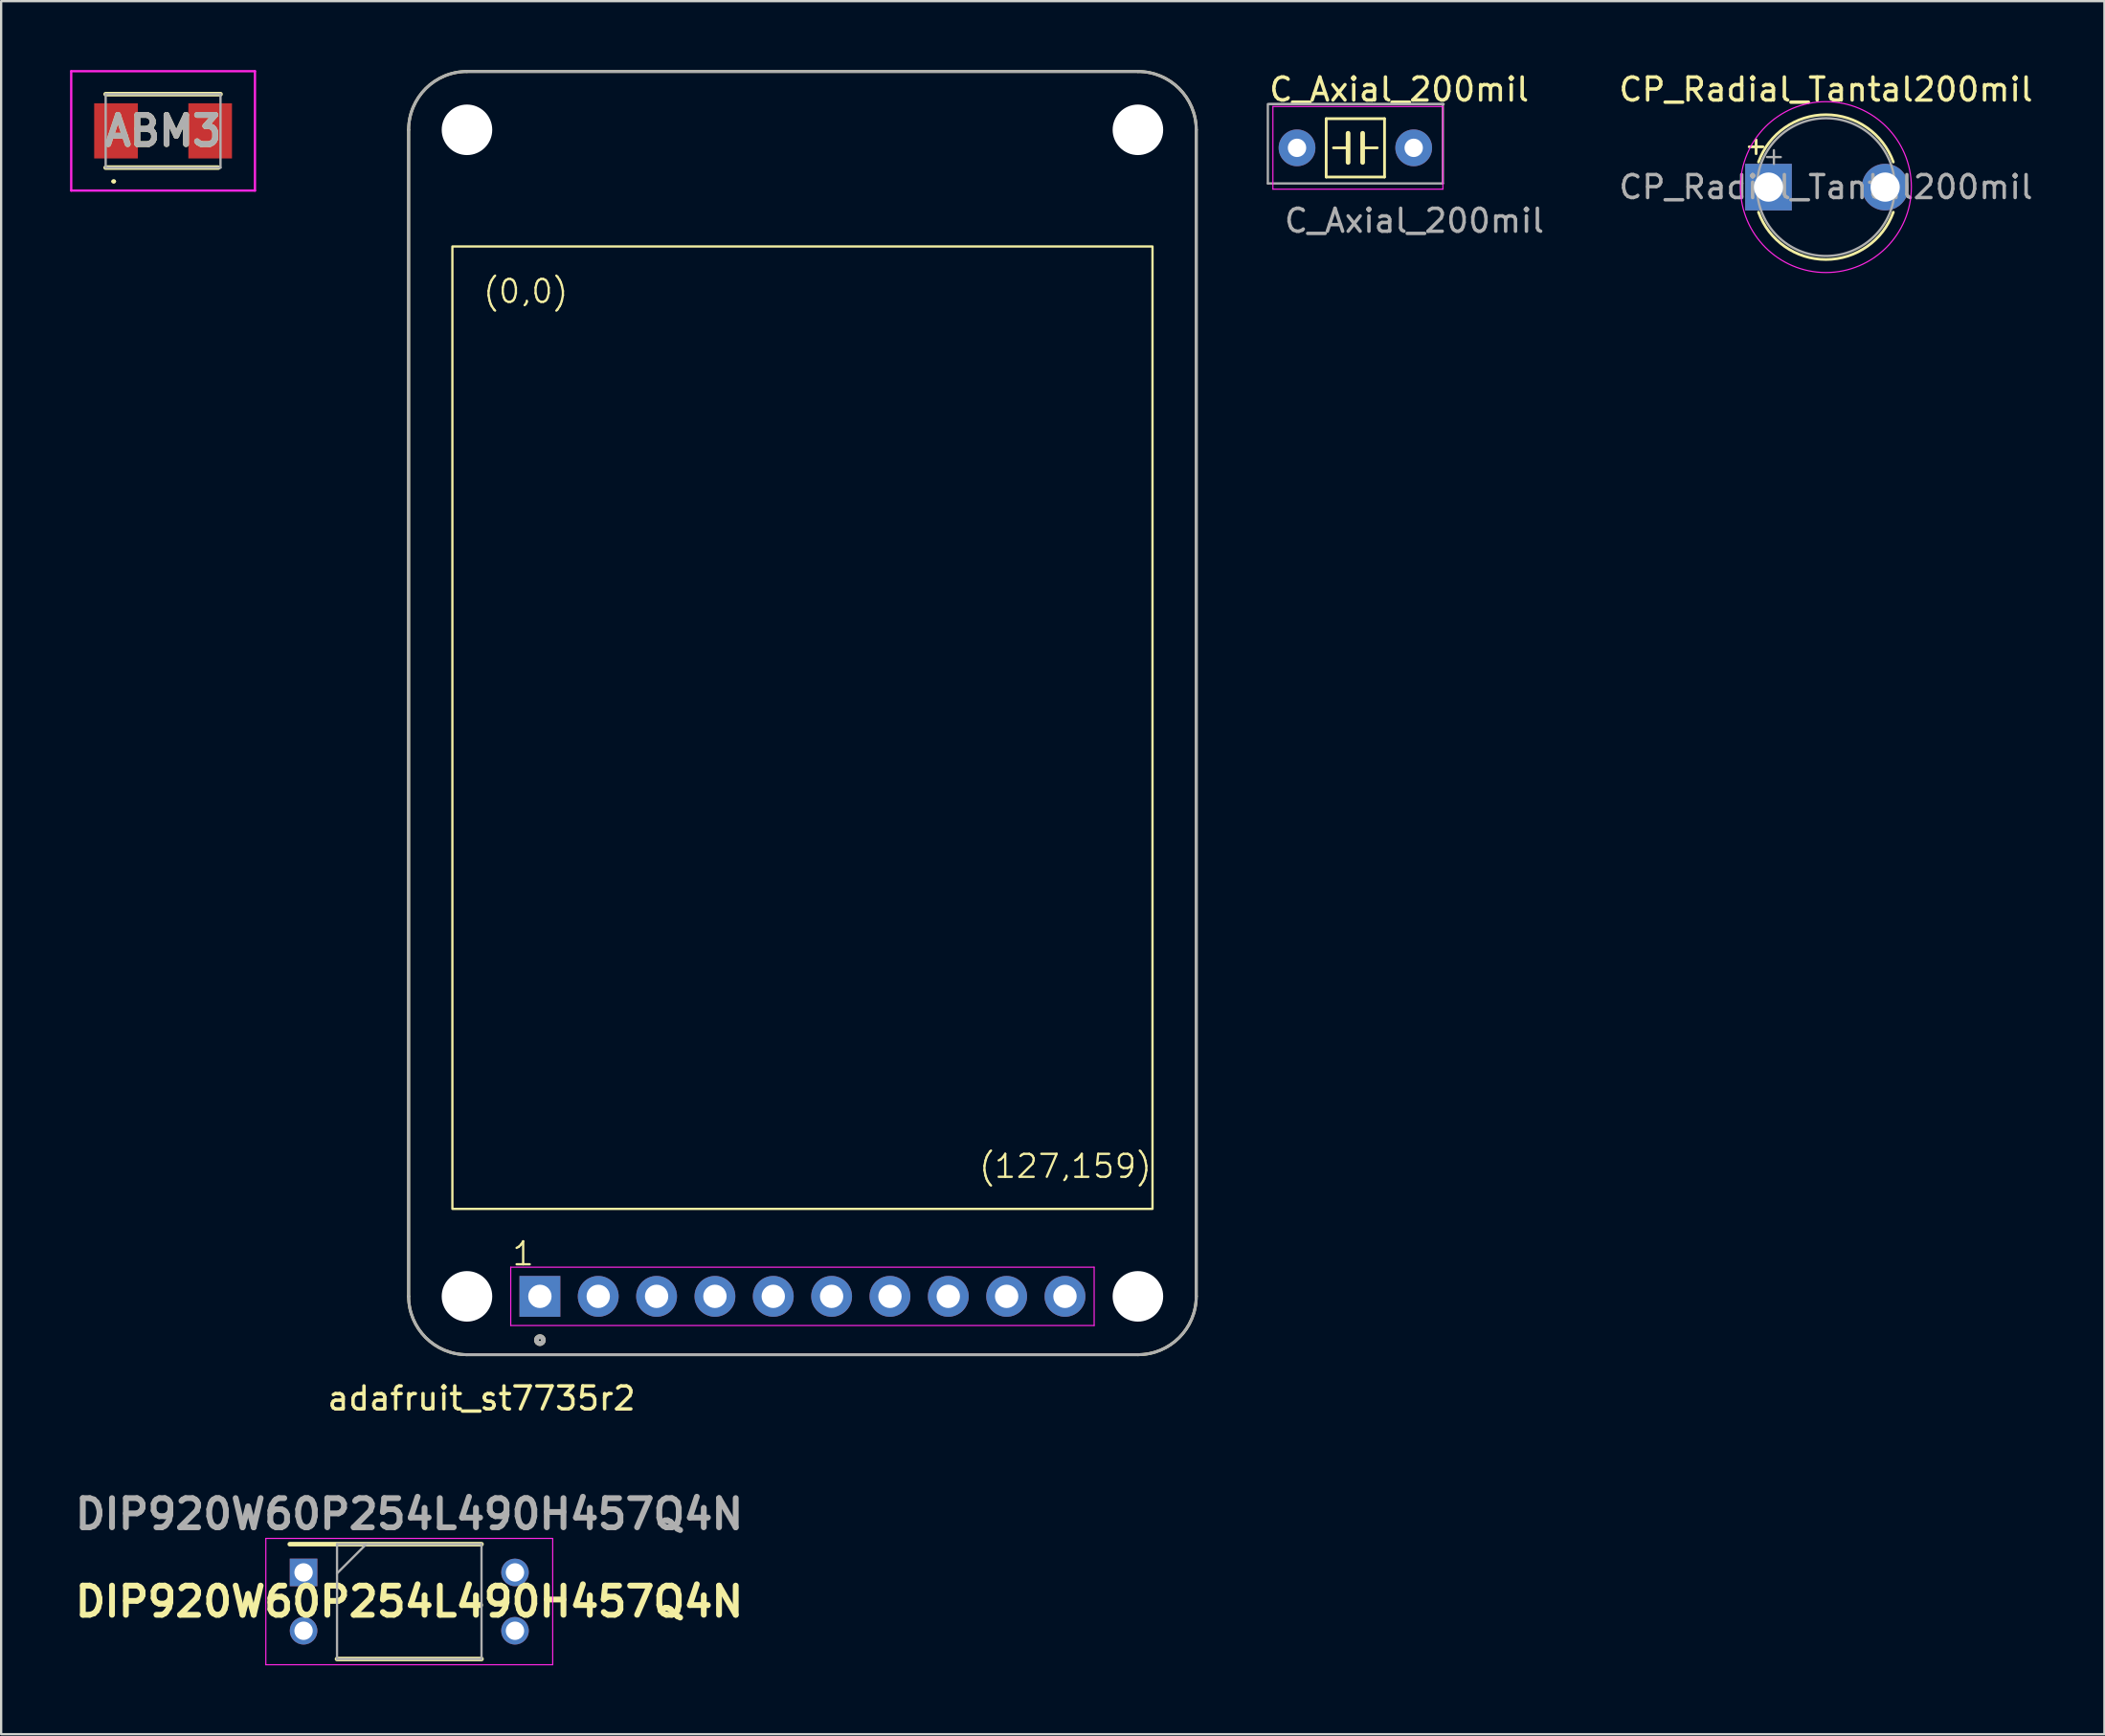
<source format=kicad_pcb>
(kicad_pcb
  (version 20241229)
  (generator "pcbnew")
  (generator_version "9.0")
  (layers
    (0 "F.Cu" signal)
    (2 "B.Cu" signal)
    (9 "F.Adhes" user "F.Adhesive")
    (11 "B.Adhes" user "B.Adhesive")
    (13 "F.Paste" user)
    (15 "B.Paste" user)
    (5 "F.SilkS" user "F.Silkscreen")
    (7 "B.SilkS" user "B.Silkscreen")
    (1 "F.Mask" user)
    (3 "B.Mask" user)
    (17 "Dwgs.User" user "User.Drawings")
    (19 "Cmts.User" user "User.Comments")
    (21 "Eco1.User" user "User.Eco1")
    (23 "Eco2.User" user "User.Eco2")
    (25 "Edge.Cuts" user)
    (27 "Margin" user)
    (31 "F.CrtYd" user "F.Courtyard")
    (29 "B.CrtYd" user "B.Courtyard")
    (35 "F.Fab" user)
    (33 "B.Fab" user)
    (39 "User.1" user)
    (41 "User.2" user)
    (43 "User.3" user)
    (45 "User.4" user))
  (footprint "CP_Radial_Tantal200mil"
    (layer "F.Cu")
    (at 73.943 5.098)
    (property "Reference" "CP_Radial_Tantal200mil" (at 2.5 -4.25 0) (layer "F.SilkS") (effects (font (size 1 1) (thickness 0.15))))
    (attr through_hole)
    (fp_line (start -0.84 -1.755) (end -0.24 -1.755) (stroke (width 0.12) (type solid)) (layer "F.SilkS"))
    (fp_line (start -0.54 -2.055) (end -0.54 -1.455) (stroke (width 0.12) (type solid)) (layer "F.SilkS"))
    (fp_arc (start -0.434416 -1.0922) (mid 2.5 -3.1522) (end 5.434416 -1.0922) (stroke (width 0.12) (type solid)) (layer "F.SilkS"))
    (fp_arc (start 5.434416 1.0922) (mid 2.5 3.1522) (end -0.434416 1.0922) (stroke (width 0.12) (type solid)) (layer "F.SilkS"))
    (fp_circle (center 2.5 0) (end 6.22 0) (stroke (width 0.05) (type solid)) (fill no) (layer "F.CrtYd"))
    (fp_line (start -0.065 -1.308) (end 0.535 -1.308) (stroke (width 0.1) (type solid)) (layer "F.Fab"))
    (fp_line (start 0.235 -1.607) (end 0.235 -1.008) (stroke (width 0.1) (type solid)) (layer "F.Fab"))
    (fp_circle (center 2.5 0) (end 5.5 0) (stroke (width 0.1) (type solid)) (fill no) (layer "F.Fab"))
    (fp_text user "${REFERENCE}" (at 2.5 0 0) (layer "F.Fab") (effects (font (size 1 1) (thickness 0.15))))
    (pad "1" thru_hole rect (at 0 0) (size 2.032 2.032) (drill 1.27) (layers "*.Cu" "*.Mask"))
    (pad "2" thru_hole circle (at 5.08 0) (size 2.032 2.032) (drill 1.27) (layers "*.Cu" "*.Mask")))
  (footprint "C_Axial_200mil"
    (layer "F.Cu")
    (at 53.417 3.388)
    (property "Reference" "C_Axial_200mil" (at 4.445 -2.54 0) (layer "F.SilkS") (effects (font (size 1 1) (thickness 0.15))))
    (attr through_hole)
    (fp_line (start 1.27 -1.27) (end 1.27 1.27) (stroke (width 0.12) (type solid)) (layer "F.SilkS"))
    (fp_line (start 1.27 1.27) (end 3.81 1.27) (stroke (width 0.12) (type solid)) (layer "F.SilkS"))
    (fp_line (start 2.223 0) (end 1.587 0) (stroke (width 0.12) (type solid)) (layer "F.SilkS"))
    (fp_line (start 2.223 0.635) (end 2.223 -0.635) (stroke (width 0.203) (type solid)) (layer "F.SilkS"))
    (fp_line (start 2.857 0.635) (end 2.857 -0.635) (stroke (width 0.203) (type solid)) (layer "F.SilkS"))
    (fp_line (start 3.493 0) (end 2.857 0) (stroke (width 0.12) (type solid)) (layer "F.SilkS"))
    (fp_line (start 3.81 -1.27) (end 1.27 -1.27) (stroke (width 0.12) (type solid)) (layer "F.SilkS"))
    (fp_line (start 3.81 1.27) (end 3.81 -1.27) (stroke (width 0.12) (type solid)) (layer "F.SilkS"))
    (fp_line (start -1.05 -1.8) (end -1.05 1.8) (stroke (width 0.05) (type solid)) (layer "F.CrtYd"))
    (fp_line (start -1.05 1.8) (end 6.35 1.8) (stroke (width 0.05) (type solid)) (layer "F.CrtYd"))
    (fp_line (start 6.35 -1.8) (end -1.05 -1.8) (stroke (width 0.05) (type solid)) (layer "F.CrtYd"))
    (fp_line (start 6.35 1.8) (end 6.35 -1.8) (stroke (width 0.05) (type solid)) (layer "F.CrtYd"))
    (fp_line (start -1.27 -1.905) (end -1.27 1.55) (stroke (width 0.1) (type solid)) (layer "F.Fab"))
    (fp_line (start -1.27 1.55) (end 6.35 1.55) (stroke (width 0.1) (type solid)) (layer "F.Fab"))
    (fp_line (start 6.35 -1.905) (end -1.205 -1.905) (stroke (width 0.1) (type solid)) (layer "F.Fab"))
    (fp_line (start 6.35 1.55) (end 6.35 -1.905) (stroke (width 0.1) (type solid)) (layer "F.Fab"))
    (fp_line (start 6.383 -1.905) (end -1.238 -1.905) (stroke (width 0.1) (type solid)) (layer "F.Fab"))
    (fp_text user "${REFERENCE}" (at -0.635 3.175 0) (layer "F.Fab") (effects (font (size 1 1) (thickness 0.15)) (justify left)))
    (pad "1" thru_hole circle (at 0 0) (size 1.6 1.6) (drill 0.8) (layers "*.Cu" "*.Mask"))
    (pad "2" thru_hole oval (at 5.08 0) (size 1.6 1.6) (drill 0.8) (layers "*.Cu" "*.Mask")))
  (footprint "ABM3"
    (layer "F.Cu")
    (at 4.05 2.65)
    (property "Reference" "ABM3" (at 0 0 0) (layer "F.SilkS") (effects (font (size 1.27 1.27) (thickness 0.254))))
    (attr smd)
    (fp_line (start -2.5 -1.6) (end 2.5 -1.6) (stroke (width 0.2) (type solid)) (layer "F.SilkS"))
    (fp_line (start -2.5 1.6) (end 2.4 1.6) (stroke (width 0.2) (type solid)) (layer "F.SilkS"))
    (fp_line (start -2.2 2.2) (end -2.2 2.2) (stroke (width 0.1) (type solid)) (layer "F.SilkS"))
    (fp_line (start -2.1 2.2) (end -2.1 2.2) (stroke (width 0.1) (type solid)) (layer "F.SilkS"))
    (fp_arc (start -2.2 2.2) (mid -2.15 2.15) (end -2.1 2.2) (stroke (width 0.1) (type solid)) (layer "F.SilkS"))
    (fp_arc (start -2.1 2.2) (mid -2.15 2.25) (end -2.2 2.2) (stroke (width 0.1) (type solid)) (layer "F.SilkS"))
    (fp_line (start -4 -2.6) (end 4 -2.6) (stroke (width 0.1) (type solid)) (layer "F.CrtYd"))
    (fp_line (start -4 2.6) (end -4 -2.6) (stroke (width 0.1) (type solid)) (layer "F.CrtYd"))
    (fp_line (start 4 -2.6) (end 4 2.6) (stroke (width 0.1) (type solid)) (layer "F.CrtYd"))
    (fp_line (start 4 2.6) (end -4 2.6) (stroke (width 0.1) (type solid)) (layer "F.CrtYd"))
    (fp_line (start -2.5 -1.6) (end 2.5 -1.6) (stroke (width 0.1) (type solid)) (layer "F.Fab"))
    (fp_line (start -2.5 1.6) (end -2.5 -1.6) (stroke (width 0.1) (type solid)) (layer "F.Fab"))
    (fp_line (start 2.5 -1.6) (end 2.5 1.6) (stroke (width 0.1) (type solid)) (layer "F.Fab"))
    (fp_line (start 2.5 1.6) (end -2.5 1.6) (stroke (width 0.1) (type solid)) (layer "F.Fab"))
    (fp_text user "${REFERENCE}" (at 0 0 0) (layer "F.Fab") (effects (font (size 1.27 1.27) (thickness 0.254))))
    (pad "1" smd rect (at -2.05 0) (size 1.9 2.4) (layers "F.Cu" "F.Mask" "F.Paste"))
    (pad "2" smd rect (at 2.05 0) (size 1.9 2.4) (layers "F.Cu" "F.Mask" "F.Paste")))
  (footprint "adafruit_st7735r2"
    (layer "F.Cu")
    (at 31.885 28.003)
    (property "Reference" "adafruit_st7735r2" (at -13.97 29.845 0) (layer "F.SilkS") (effects (font (size 1 1) (thickness 0.15))))
    (attr through_hole)
    (fp_line (start -17.145 -25.4) (end -17.145 25.4) (stroke (width 0.127) (type solid)) (layer "F.SilkS"))
    (fp_line (start -14.605 27.94) (end 14.605 27.94) (stroke (width 0.127) (type solid)) (layer "F.SilkS"))
    (fp_line (start 14.605 -27.94) (end -14.605 -27.94) (stroke (width 0.127) (type solid)) (layer "F.SilkS"))
    (fp_line (start 17.145 25.4) (end 17.145 -25.4) (stroke (width 0.127) (type solid)) (layer "F.SilkS"))
    (fp_rect (start -15.24 -20.32) (end 15.24 21.59) (stroke (width 0.1) (type default)) (fill no) (layer "F.SilkS"))
    (fp_arc (start -17.145 -25.4) (mid -16.401051 -27.196051) (end -14.605 -27.94) (stroke (width 0.127) (type solid)) (layer "F.SilkS"))
    (fp_arc (start -14.605 27.94) (mid -16.401051 27.196051) (end -17.145 25.4) (stroke (width 0.127) (type solid)) (layer "F.SilkS"))
    (fp_arc (start 14.605 -27.94) (mid 16.401051 -27.196051) (end 17.145 -25.4) (stroke (width 0.127) (type solid)) (layer "F.SilkS"))
    (fp_arc (start 17.145 25.4) (mid 16.401051 27.196051) (end 14.605 27.94) (stroke (width 0.127) (type solid)) (layer "F.SilkS"))
    (fp_circle (center -11.43 27.305) (end -11.278 27.305) (stroke (width 0.203) (type solid)) (fill no) (layer "F.SilkS"))
    (fp_line (start -12.7 24.13) (end -12.7 26.67) (stroke (width 0.05) (type solid)) (layer "F.CrtYd"))
    (fp_line (start -12.7 26.67) (end 12.7 26.67) (stroke (width 0.05) (type solid)) (layer "F.CrtYd"))
    (fp_line (start 12.7 24.13) (end -12.7 24.13) (stroke (width 0.05) (type solid)) (layer "F.CrtYd"))
    (fp_line (start 12.7 26.67) (end 12.7 24.13) (stroke (width 0.05) (type solid)) (layer "F.CrtYd"))
    (fp_line (start -17.145 -25.4) (end -17.145 25.4) (stroke (width 0.127) (type solid)) (layer "F.Fab"))
    (fp_line (start -14.605 27.94) (end 14.605 27.94) (stroke (width 0.127) (type solid)) (layer "F.Fab"))
    (fp_line (start 14.605 -27.94) (end -14.605 -27.94) (stroke (width 0.127) (type solid)) (layer "F.Fab"))
    (fp_line (start 17.145 25.4) (end 17.145 -25.4) (stroke (width 0.127) (type solid)) (layer "F.Fab"))
    (fp_arc (start -17.145 -25.4) (mid -16.401051 -27.196051) (end -14.605 -27.94) (stroke (width 0.127) (type solid)) (layer "F.Fab"))
    (fp_arc (start -14.605 27.94) (mid -16.401051 27.196051) (end -17.145 25.4) (stroke (width 0.127) (type solid)) (layer "F.Fab"))
    (fp_arc (start 14.605 -27.94) (mid 16.401051 -27.196051) (end 17.145 -25.4) (stroke (width 0.127) (type solid)) (layer "F.Fab"))
    (fp_arc (start 17.145 25.4) (mid 16.401051 27.196051) (end 14.605 27.94) (stroke (width 0.127) (type solid)) (layer "F.Fab"))
    (fp_circle (center -11.43 27.305) (end -11.278 27.305) (stroke (width 0.203) (type solid)) (fill no) (layer "F.Fab"))
    (fp_text user "(127,159)" (at 7.62 20.32 0) (unlocked yes) (layer "F.SilkS") (effects (font (size 1 1) (thickness 0.1)) (justify left bottom)))
    (fp_text user "1" (at -12.7 24.13 0) (unlocked yes) (layer "F.SilkS") (effects (font (size 1 1) (thickness 0.1)) (justify left bottom)))
    (fp_text user "(0,0)" (at -13.97 -17.78 0) (unlocked yes) (layer "F.SilkS") (effects (font (size 1 1) (thickness 0.1)) (justify left bottom)))
    (pad "" np_thru_hole circle (at -14.605 -25.4 90) (size 2.2 2.2) (drill 2.2) (layers "*.Cu" "*.Mask"))
    (pad "" np_thru_hole circle (at -14.605 25.4 90) (size 2.2 2.2) (drill 2.2) (layers "*.Cu" "*.Mask"))
    (pad "" np_thru_hole circle (at 14.605 -25.4 90) (size 2.2 2.2) (drill 2.2) (layers "*.Cu" "*.Mask"))
    (pad "" np_thru_hole circle (at 14.605 25.4 90) (size 2.2 2.2) (drill 2.2) (layers "*.Cu" "*.Mask"))
    (pad "1" thru_hole rect (at -11.43 25.4 90) (size 1.778 1.778) (drill 1.016) (layers "*.Cu" "*.Mask"))
    (pad "2" thru_hole circle (at -8.89 25.4 90) (size 1.778 1.778) (drill 1.016) (layers "*.Cu" "*.Mask"))
    (pad "3" thru_hole circle (at -6.35 25.4 90) (size 1.778 1.778) (drill 1.016) (layers "*.Cu" "*.Mask"))
    (pad "4" thru_hole circle (at -3.81 25.4 90) (size 1.778 1.778) (drill 1.016) (layers "*.Cu" "*.Mask"))
    (pad "5" thru_hole circle (at -1.27 25.4 90) (size 1.778 1.778) (drill 1.016) (layers "*.Cu" "*.Mask"))
    (pad "6" thru_hole circle (at 1.27 25.4 90) (size 1.778 1.778) (drill 1.016) (layers "*.Cu" "*.Mask"))
    (pad "7" thru_hole circle (at 3.81 25.4 90) (size 1.778 1.778) (drill 1.016) (layers "*.Cu" "*.Mask"))
    (pad "8" thru_hole circle (at 6.35 25.4 90) (size 1.778 1.778) (drill 1.016) (layers "*.Cu" "*.Mask"))
    (pad "9" thru_hole circle (at 8.89 25.4 90) (size 1.778 1.778) (drill 1.016) (layers "*.Cu" "*.Mask"))
    (pad "10" thru_hole circle (at 11.43 25.4 90) (size 1.778 1.778) (drill 1.016) (layers "*.Cu" "*.Mask")))
  (footprint "DIP920W60P254L490H457Q4N"
    (layer "F.Cu")
    (at 14.768 66.695)
    (property "Reference" "DIP920W60P254L490H457Q4N" (at 0 0 0) (layer "F.SilkS") (effects (font (size 1.27 1.27) (thickness 0.254))))
    (attr through_hole)
    (fp_line (start -5.202 -2.5) (end 3.145 -2.5) (stroke (width 0.2) (type solid)) (layer "F.SilkS"))
    (fp_line (start -3.145 2.5) (end 3.145 2.5) (stroke (width 0.2) (type solid)) (layer "F.SilkS"))
    (fp_line (start -6.245 -2.75) (end 6.245 -2.75) (stroke (width 0.05) (type solid)) (layer "F.CrtYd"))
    (fp_line (start -6.245 2.75) (end -6.245 -2.75) (stroke (width 0.05) (type solid)) (layer "F.CrtYd"))
    (fp_line (start 6.245 -2.75) (end 6.245 2.75) (stroke (width 0.05) (type solid)) (layer "F.CrtYd"))
    (fp_line (start 6.245 2.75) (end -6.245 2.75) (stroke (width 0.05) (type solid)) (layer "F.CrtYd"))
    (fp_line (start -3.145 -2.5) (end 3.145 -2.5) (stroke (width 0.1) (type solid)) (layer "F.Fab"))
    (fp_line (start -3.145 -1.23) (end -1.875 -2.5) (stroke (width 0.1) (type solid)) (layer "F.Fab"))
    (fp_line (start -3.145 2.5) (end -3.145 -2.5) (stroke (width 0.1) (type solid)) (layer "F.Fab"))
    (fp_line (start 3.145 -2.5) (end 3.145 2.5) (stroke (width 0.1) (type solid)) (layer "F.Fab"))
    (fp_line (start 3.145 2.5) (end -3.145 2.5) (stroke (width 0.1) (type solid)) (layer "F.Fab"))
    (fp_text user "${REFERENCE}" (at 0 -3.81 0) (layer "F.Fab") (effects (font (size 1.27 1.27) (thickness 0.254))))
    (pad "1" thru_hole rect (at -4.602 -1.27) (size 1.2 1.2) (drill 0.8) (layers "*.Cu" "*.Mask"))
    (pad "2" thru_hole circle (at -4.602 1.27) (size 1.2 1.2) (drill 0.8) (layers "*.Cu" "*.Mask"))
    (pad "3" thru_hole circle (at 4.602 1.27) (size 1.2 1.2) (drill 0.8) (layers "*.Cu" "*.Mask"))
    (pad "4" thru_hole circle (at 4.602 -1.27) (size 1.2 1.2) (drill 0.8) (layers "*.Cu" "*.Mask")))
  (gr_rect
    (start -3 -3)
    (end 88.568 72.47)
    (stroke (width 0.1) (type default))
    (fill no)
    (layer "Edge.Cuts")))
</source>
